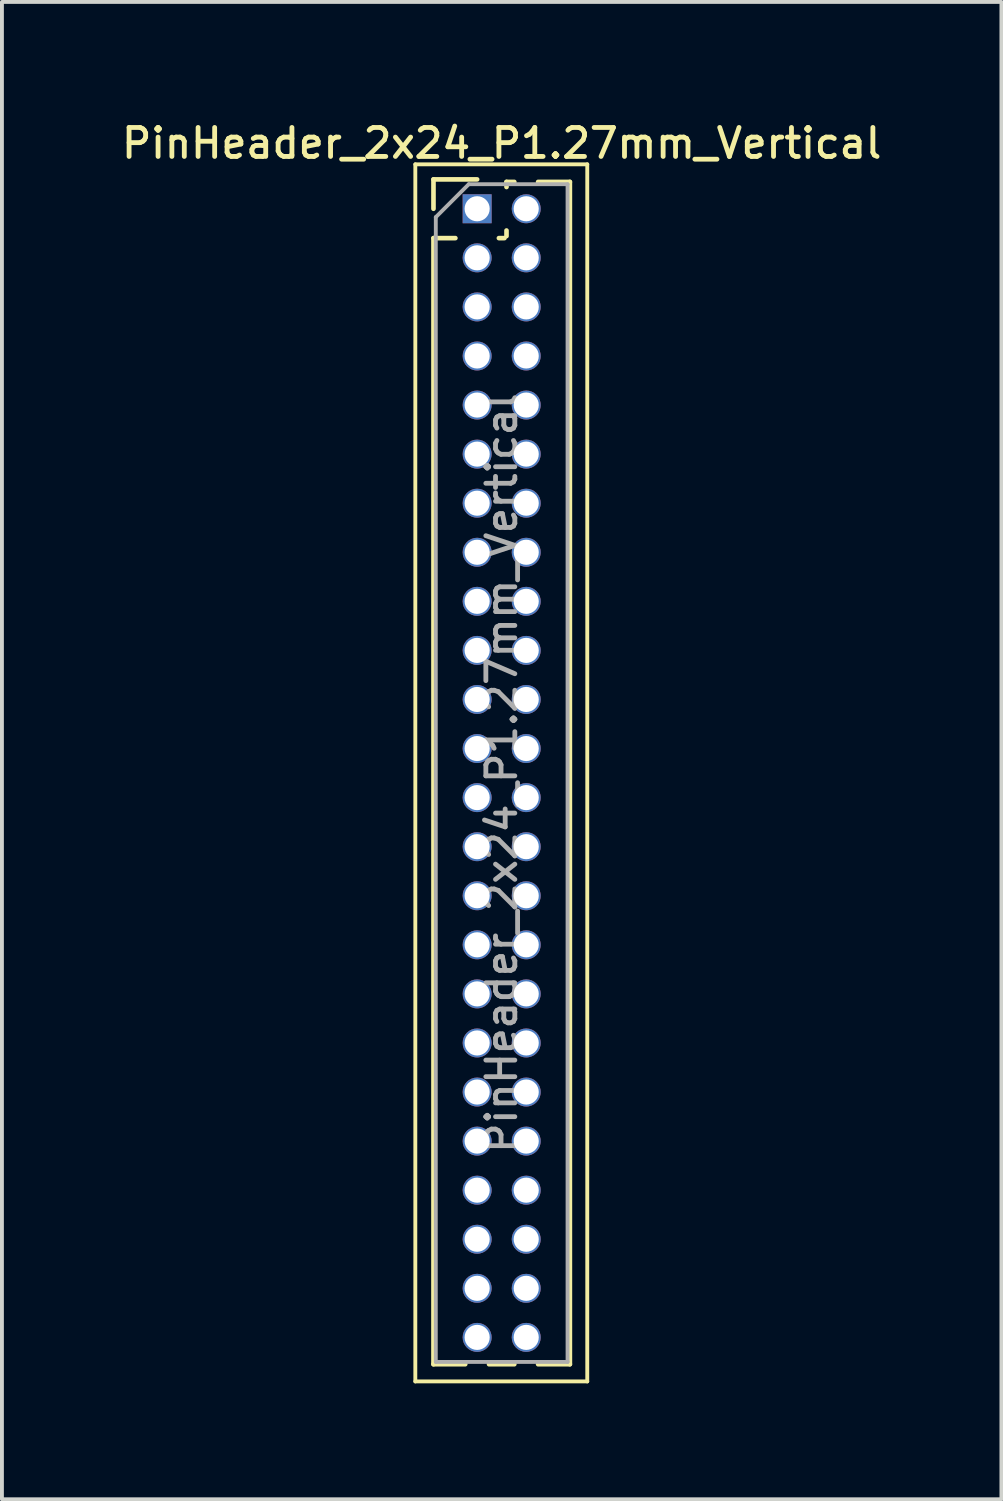
<source format=kicad_pcb>
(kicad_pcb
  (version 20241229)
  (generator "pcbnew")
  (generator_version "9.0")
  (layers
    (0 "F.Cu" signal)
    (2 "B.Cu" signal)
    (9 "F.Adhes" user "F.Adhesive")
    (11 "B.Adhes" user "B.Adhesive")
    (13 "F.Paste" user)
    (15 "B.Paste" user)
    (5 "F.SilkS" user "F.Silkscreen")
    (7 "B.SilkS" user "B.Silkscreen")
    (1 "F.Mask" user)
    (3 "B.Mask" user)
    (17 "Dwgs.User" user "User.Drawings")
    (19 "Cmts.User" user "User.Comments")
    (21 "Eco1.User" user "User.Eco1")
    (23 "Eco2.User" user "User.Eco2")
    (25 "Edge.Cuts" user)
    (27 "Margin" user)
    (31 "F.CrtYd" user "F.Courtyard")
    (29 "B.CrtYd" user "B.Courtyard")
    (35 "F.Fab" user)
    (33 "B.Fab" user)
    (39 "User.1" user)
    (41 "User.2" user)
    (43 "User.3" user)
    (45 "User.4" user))
  (footprint "PinHeader_2x24_P1.27mm_Vertical"
    (layer "F.Cu")
    (at 9.299 2.353)
    (property "Reference" "PinHeader_2x24_P1.27mm_Vertical" (at 0.635 -1.695 0) (layer "F.SilkS") (effects (font (size 0.75 0.75) (thickness 0.125))))
    (attr through_hole)
    (fp_line (start -1.6 -1.15) (end -1.6 30.35) (stroke (width 0.1) (type solid)) (layer "F.SilkS"))
    (fp_line (start -1.6 30.35) (end 2.85 30.35) (stroke (width 0.1) (type solid)) (layer "F.SilkS"))
    (fp_line (start -1.13 -0.76) (end 0 -0.76) (stroke (width 0.12) (type solid)) (layer "F.SilkS"))
    (fp_line (start -1.13 0) (end -1.13 -0.76) (stroke (width 0.12) (type solid)) (layer "F.SilkS"))
    (fp_line (start -1.13 0.76) (end -1.13 29.905) (stroke (width 0.12) (type solid)) (layer "F.SilkS"))
    (fp_line (start -1.13 0.76) (end -0.563 0.76) (stroke (width 0.12) (type solid)) (layer "F.SilkS"))
    (fp_line (start -1.13 29.905) (end -0.308 29.905) (stroke (width 0.12) (type solid)) (layer "F.SilkS"))
    (fp_line (start 0.308 29.905) (end 0.962 29.905) (stroke (width 0.12) (type solid)) (layer "F.SilkS"))
    (fp_line (start 0.563 0.76) (end 0.707 0.76) (stroke (width 0.12) (type solid)) (layer "F.SilkS"))
    (fp_line (start 0.76 -0.695) (end 0.962 -0.695) (stroke (width 0.12) (type solid)) (layer "F.SilkS"))
    (fp_line (start 0.76 -0.563) (end 0.76 -0.695) (stroke (width 0.12) (type solid)) (layer "F.SilkS"))
    (fp_line (start 0.76 0.707) (end 0.76 0.563) (stroke (width 0.12) (type solid)) (layer "F.SilkS"))
    (fp_line (start 1.578 -0.695) (end 2.4 -0.695) (stroke (width 0.12) (type solid)) (layer "F.SilkS"))
    (fp_line (start 1.578 29.905) (end 2.4 29.905) (stroke (width 0.12) (type solid)) (layer "F.SilkS"))
    (fp_line (start 2.4 -0.695) (end 2.4 29.905) (stroke (width 0.12) (type solid)) (layer "F.SilkS"))
    (fp_line (start 2.85 -1.15) (end -1.6 -1.15) (stroke (width 0.1) (type solid)) (layer "F.SilkS"))
    (fp_line (start 2.85 30.35) (end 2.85 -1.15) (stroke (width 0.1) (type solid)) (layer "F.SilkS"))
    (fp_line (start -1.07 0.217) (end -0.217 -0.635) (stroke (width 0.1) (type solid)) (layer "F.Fab"))
    (fp_line (start -1.07 29.845) (end -1.07 0.217) (stroke (width 0.1) (type solid)) (layer "F.Fab"))
    (fp_line (start -0.217 -0.635) (end 2.34 -0.635) (stroke (width 0.1) (type solid)) (layer "F.Fab"))
    (fp_line (start 2.34 -0.635) (end 2.34 29.845) (stroke (width 0.1) (type solid)) (layer "F.Fab"))
    (fp_line (start 2.34 29.845) (end -1.07 29.845) (stroke (width 0.1) (type solid)) (layer "F.Fab"))
    (fp_text user "${REFERENCE}" (at 0.635 14.605 90) (layer "F.Fab") (effects (font (size 0.75 0.75) (thickness 0.125))))
    (pad "1" thru_hole rect (at 0 0) (size 0.75 0.75) (drill 0.65) (layers "*.Cu" "*.Mask"))
    (pad "2" thru_hole oval (at 1.27 0) (size 0.75 0.75) (drill 0.65) (layers "*.Cu" "*.Mask"))
    (pad "3" thru_hole oval (at 0 1.27) (size 0.75 0.75) (drill 0.65) (layers "*.Cu" "*.Mask"))
    (pad "4" thru_hole oval (at 1.27 1.27) (size 0.75 0.75) (drill 0.65) (layers "*.Cu" "*.Mask"))
    (pad "5" thru_hole oval (at 0 2.54) (size 0.75 0.75) (drill 0.65) (layers "*.Cu" "*.Mask"))
    (pad "6" thru_hole oval (at 1.27 2.54) (size 0.75 0.75) (drill 0.65) (layers "*.Cu" "*.Mask"))
    (pad "7" thru_hole oval (at 0 3.81) (size 0.75 0.75) (drill 0.65) (layers "*.Cu" "*.Mask"))
    (pad "8" thru_hole oval (at 1.27 3.81) (size 0.75 0.75) (drill 0.65) (layers "*.Cu" "*.Mask"))
    (pad "9" thru_hole oval (at 0 5.08) (size 0.75 0.75) (drill 0.65) (layers "*.Cu" "*.Mask"))
    (pad "10" thru_hole oval (at 1.27 5.08) (size 0.75 0.75) (drill 0.65) (layers "*.Cu" "*.Mask"))
    (pad "11" thru_hole oval (at 0 6.35) (size 0.75 0.75) (drill 0.65) (layers "*.Cu" "*.Mask"))
    (pad "12" thru_hole oval (at 1.27 6.35) (size 0.75 0.75) (drill 0.65) (layers "*.Cu" "*.Mask"))
    (pad "13" thru_hole oval (at 0 7.62) (size 0.75 0.75) (drill 0.65) (layers "*.Cu" "*.Mask"))
    (pad "14" thru_hole oval (at 1.27 7.62) (size 0.75 0.75) (drill 0.65) (layers "*.Cu" "*.Mask"))
    (pad "15" thru_hole oval (at 0 8.89) (size 0.75 0.75) (drill 0.65) (layers "*.Cu" "*.Mask"))
    (pad "16" thru_hole oval (at 1.27 8.89) (size 0.75 0.75) (drill 0.65) (layers "*.Cu" "*.Mask"))
    (pad "17" thru_hole oval (at 0 10.16) (size 0.75 0.75) (drill 0.65) (layers "*.Cu" "*.Mask"))
    (pad "18" thru_hole oval (at 1.27 10.16) (size 0.75 0.75) (drill 0.65) (layers "*.Cu" "*.Mask"))
    (pad "19" thru_hole oval (at 0 11.43) (size 0.75 0.75) (drill 0.65) (layers "*.Cu" "*.Mask"))
    (pad "20" thru_hole oval (at 1.27 11.43) (size 0.75 0.75) (drill 0.65) (layers "*.Cu" "*.Mask"))
    (pad "21" thru_hole oval (at 0 12.7) (size 0.75 0.75) (drill 0.65) (layers "*.Cu" "*.Mask"))
    (pad "22" thru_hole oval (at 1.27 12.7) (size 0.75 0.75) (drill 0.65) (layers "*.Cu" "*.Mask"))
    (pad "23" thru_hole oval (at 0 13.97) (size 0.75 0.75) (drill 0.65) (layers "*.Cu" "*.Mask"))
    (pad "24" thru_hole oval (at 1.27 13.97) (size 0.75 0.75) (drill 0.65) (layers "*.Cu" "*.Mask"))
    (pad "25" thru_hole oval (at 0 15.24) (size 0.75 0.75) (drill 0.65) (layers "*.Cu" "*.Mask"))
    (pad "26" thru_hole oval (at 1.27 15.24) (size 0.75 0.75) (drill 0.65) (layers "*.Cu" "*.Mask"))
    (pad "27" thru_hole oval (at 0 16.51) (size 0.75 0.75) (drill 0.65) (layers "*.Cu" "*.Mask"))
    (pad "28" thru_hole oval (at 1.27 16.51) (size 0.75 0.75) (drill 0.65) (layers "*.Cu" "*.Mask"))
    (pad "29" thru_hole oval (at 0 17.78) (size 0.75 0.75) (drill 0.65) (layers "*.Cu" "*.Mask"))
    (pad "30" thru_hole oval (at 1.27 17.78) (size 0.75 0.75) (drill 0.65) (layers "*.Cu" "*.Mask"))
    (pad "31" thru_hole oval (at 0 19.05) (size 0.75 0.75) (drill 0.65) (layers "*.Cu" "*.Mask"))
    (pad "32" thru_hole oval (at 1.27 19.05) (size 0.75 0.75) (drill 0.65) (layers "*.Cu" "*.Mask"))
    (pad "33" thru_hole oval (at 0 20.32) (size 0.75 0.75) (drill 0.65) (layers "*.Cu" "*.Mask"))
    (pad "34" thru_hole oval (at 1.27 20.32) (size 0.75 0.75) (drill 0.65) (layers "*.Cu" "*.Mask"))
    (pad "35" thru_hole oval (at 0 21.59) (size 0.75 0.75) (drill 0.65) (layers "*.Cu" "*.Mask"))
    (pad "36" thru_hole oval (at 1.27 21.59) (size 0.75 0.75) (drill 0.65) (layers "*.Cu" "*.Mask"))
    (pad "37" thru_hole oval (at 0 22.86) (size 0.75 0.75) (drill 0.65) (layers "*.Cu" "*.Mask"))
    (pad "38" thru_hole oval (at 1.27 22.86) (size 0.75 0.75) (drill 0.65) (layers "*.Cu" "*.Mask"))
    (pad "39" thru_hole oval (at 0 24.13) (size 0.75 0.75) (drill 0.65) (layers "*.Cu" "*.Mask"))
    (pad "40" thru_hole oval (at 1.27 24.13) (size 0.75 0.75) (drill 0.65) (layers "*.Cu" "*.Mask"))
    (pad "41" thru_hole oval (at 0 25.4) (size 0.75 0.75) (drill 0.65) (layers "*.Cu" "*.Mask"))
    (pad "42" thru_hole oval (at 1.27 25.4) (size 0.75 0.75) (drill 0.65) (layers "*.Cu" "*.Mask"))
    (pad "43" thru_hole oval (at 0 26.67) (size 0.75 0.75) (drill 0.65) (layers "*.Cu" "*.Mask"))
    (pad "44" thru_hole oval (at 1.27 26.67) (size 0.75 0.75) (drill 0.65) (layers "*.Cu" "*.Mask"))
    (pad "45" thru_hole oval (at 0 27.94) (size 0.75 0.75) (drill 0.65) (layers "*.Cu" "*.Mask"))
    (pad "46" thru_hole oval (at 1.27 27.94) (size 0.75 0.75) (drill 0.65) (layers "*.Cu" "*.Mask"))
    (pad "47" thru_hole oval (at 0 29.21) (size 0.75 0.75) (drill 0.65) (layers "*.Cu" "*.Mask"))
    (pad "48" thru_hole oval (at 1.27 29.21) (size 0.75 0.75) (drill 0.65) (layers "*.Cu" "*.Mask")))
  (gr_rect
    (start -3 -3)
    (end 22.868 35.753)
    (stroke (width 0.1) (type default))
    (fill no)
    (layer "Edge.Cuts")))
</source>
